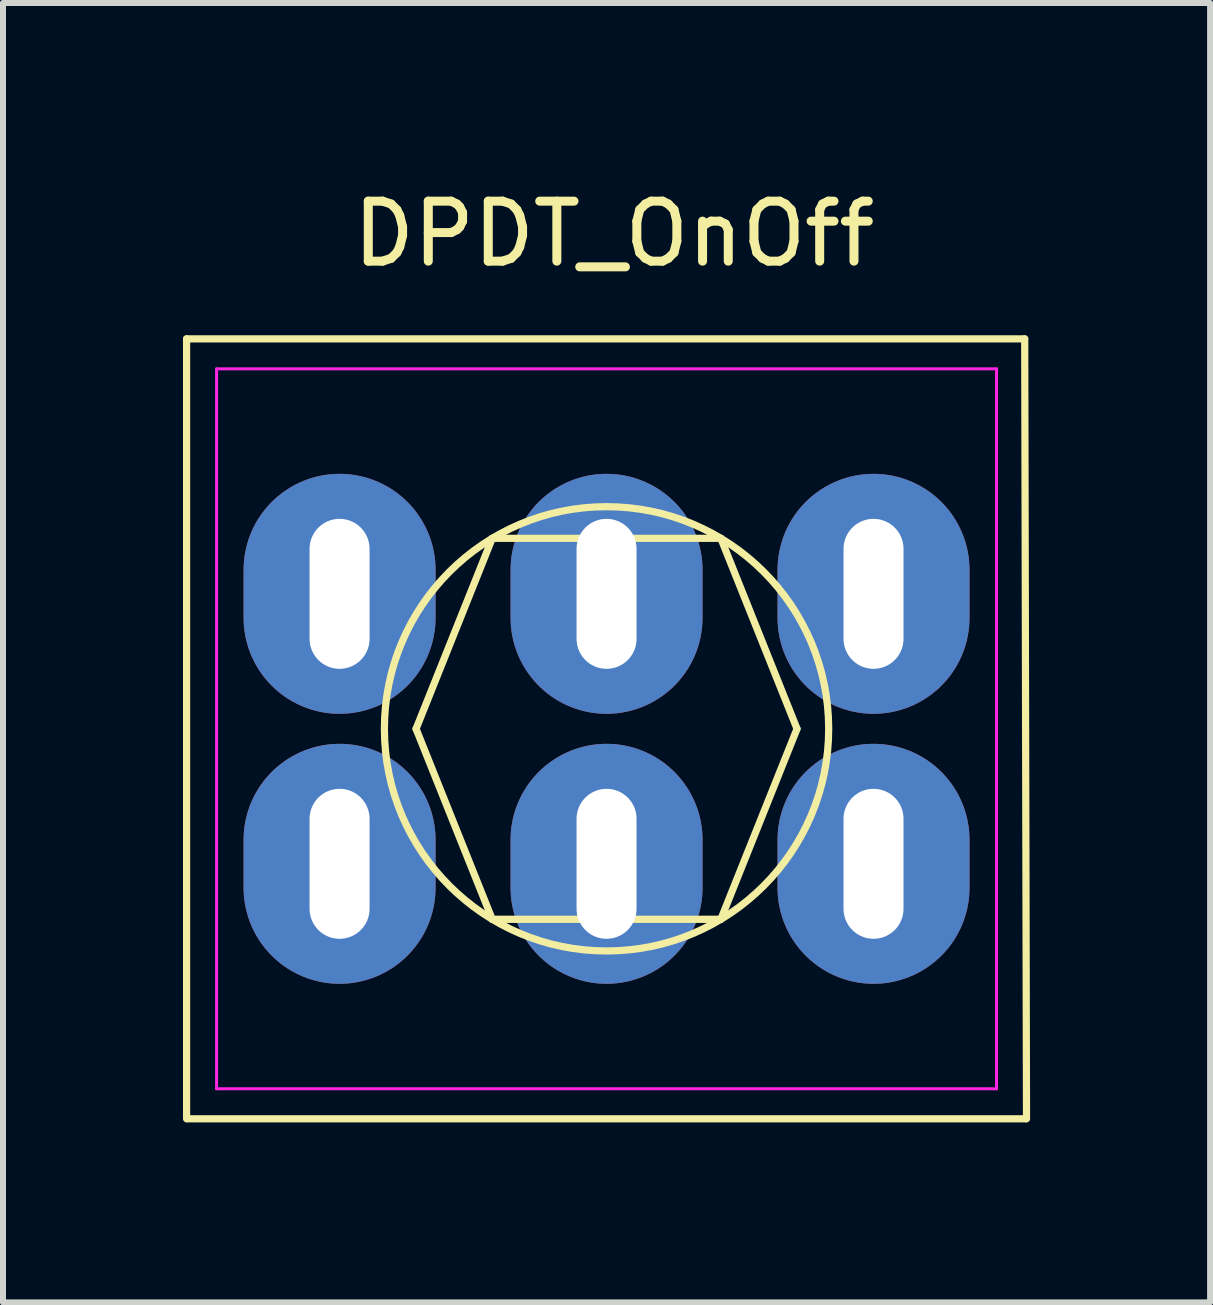
<source format=kicad_pcb>
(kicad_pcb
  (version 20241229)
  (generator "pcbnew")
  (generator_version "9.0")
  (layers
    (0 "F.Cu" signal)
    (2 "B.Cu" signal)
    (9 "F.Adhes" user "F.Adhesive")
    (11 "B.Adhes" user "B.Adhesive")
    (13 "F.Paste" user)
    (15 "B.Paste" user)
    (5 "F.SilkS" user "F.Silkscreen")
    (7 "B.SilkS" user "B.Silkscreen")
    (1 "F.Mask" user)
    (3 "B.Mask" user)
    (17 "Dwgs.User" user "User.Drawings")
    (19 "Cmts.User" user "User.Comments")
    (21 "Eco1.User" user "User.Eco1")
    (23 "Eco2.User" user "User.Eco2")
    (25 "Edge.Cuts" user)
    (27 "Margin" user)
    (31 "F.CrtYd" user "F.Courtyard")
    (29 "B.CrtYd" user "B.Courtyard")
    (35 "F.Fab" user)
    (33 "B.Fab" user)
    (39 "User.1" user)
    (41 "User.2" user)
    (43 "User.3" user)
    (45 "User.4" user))
  (footprint "DPDT_OnOff"
    (layer "F.Cu")
    (at 7.06 9.098)
    (property "Reference" "DPDT_OnOff" (at 0.124 -8.25 0) (layer "F.SilkS") (effects (font (size 1 1) (thickness 0.15))))
    (attr through_hole)
    (fp_line (start -7 -6.5) (end 6.97 -6.5) (stroke (width 0.12) (type solid)) (layer "F.SilkS"))
    (fp_line (start -7 6.5) (end -7 -6.5) (stroke (width 0.12) (type solid)) (layer "F.SilkS"))
    (fp_line (start -3.175 0) (end -1.905 -3.175) (stroke (width 0.12) (type solid)) (layer "F.SilkS"))
    (fp_line (start -1.905 -3.175) (end 1.905 -3.175) (stroke (width 0.12) (type solid)) (layer "F.SilkS"))
    (fp_line (start -1.905 3.175) (end -3.175 0) (stroke (width 0.12) (type solid)) (layer "F.SilkS"))
    (fp_line (start 1.905 -3.175) (end 3.175 0) (stroke (width 0.12) (type solid)) (layer "F.SilkS"))
    (fp_line (start 1.905 3.175) (end -1.905 3.175) (stroke (width 0.12) (type solid)) (layer "F.SilkS"))
    (fp_line (start 3.175 0) (end 1.905 3.175) (stroke (width 0.12) (type solid)) (layer "F.SilkS"))
    (fp_line (start 6.97 -6.5) (end 7 6.5) (stroke (width 0.12) (type solid)) (layer "F.SilkS"))
    (fp_line (start 6.985 6.5) (end -6.985 6.5) (stroke (width 0.12) (type solid)) (layer "F.SilkS"))
    (fp_circle (center 0 0) (end 1.905 3.175) (stroke (width 0.12) (type solid)) (fill no) (layer "F.SilkS"))
    (fp_line (start -6.5 -6) (end 6.5 -6) (stroke (width 0.05) (type solid)) (layer "F.CrtYd"))
    (fp_line (start -6.5 6) (end -6.5 -6) (stroke (width 0.05) (type solid)) (layer "F.CrtYd"))
    (fp_line (start 6.5 -6) (end 6.5 6) (stroke (width 0.05) (type solid)) (layer "F.CrtYd"))
    (fp_line (start 6.5 6) (end -6.5 6) (stroke (width 0.05) (type solid)) (layer "F.CrtYd"))
    (pad "" thru_hole oval (at 4.45 -2.25 180) (size 3.2 4) (drill oval 1 2.5) (layers "*.Cu" "*.Mask"))
    (pad "" thru_hole oval (at 4.45 2.25) (size 3.2 4) (drill oval 1 2.5) (layers "*.Cu" "*.Mask"))
    (pad "1" thru_hole oval (at -4.45 2.25) (size 3.2 4) (drill oval 1 2.5) (layers "*.Cu" "*.Mask"))
    (pad "2" thru_hole oval (at 0 2.25) (size 3.2 4) (drill oval 1 2.5) (layers "*.Cu" "*.Mask"))
    (pad "3" thru_hole oval (at -4.45 -2.25 180) (size 3.2 4) (drill oval 1 2.5) (layers "*.Cu" "*.Mask"))
    (pad "4" thru_hole oval (at 0 -2.25 180) (size 3.2 4) (drill oval 1 2.5) (layers "*.Cu" "*.Mask")))
  (gr_rect
    (start -3 -3)
    (end 17.12 18.658)
    (stroke (width 0.1) (type default))
    (fill no)
    (layer "Edge.Cuts")))
</source>
